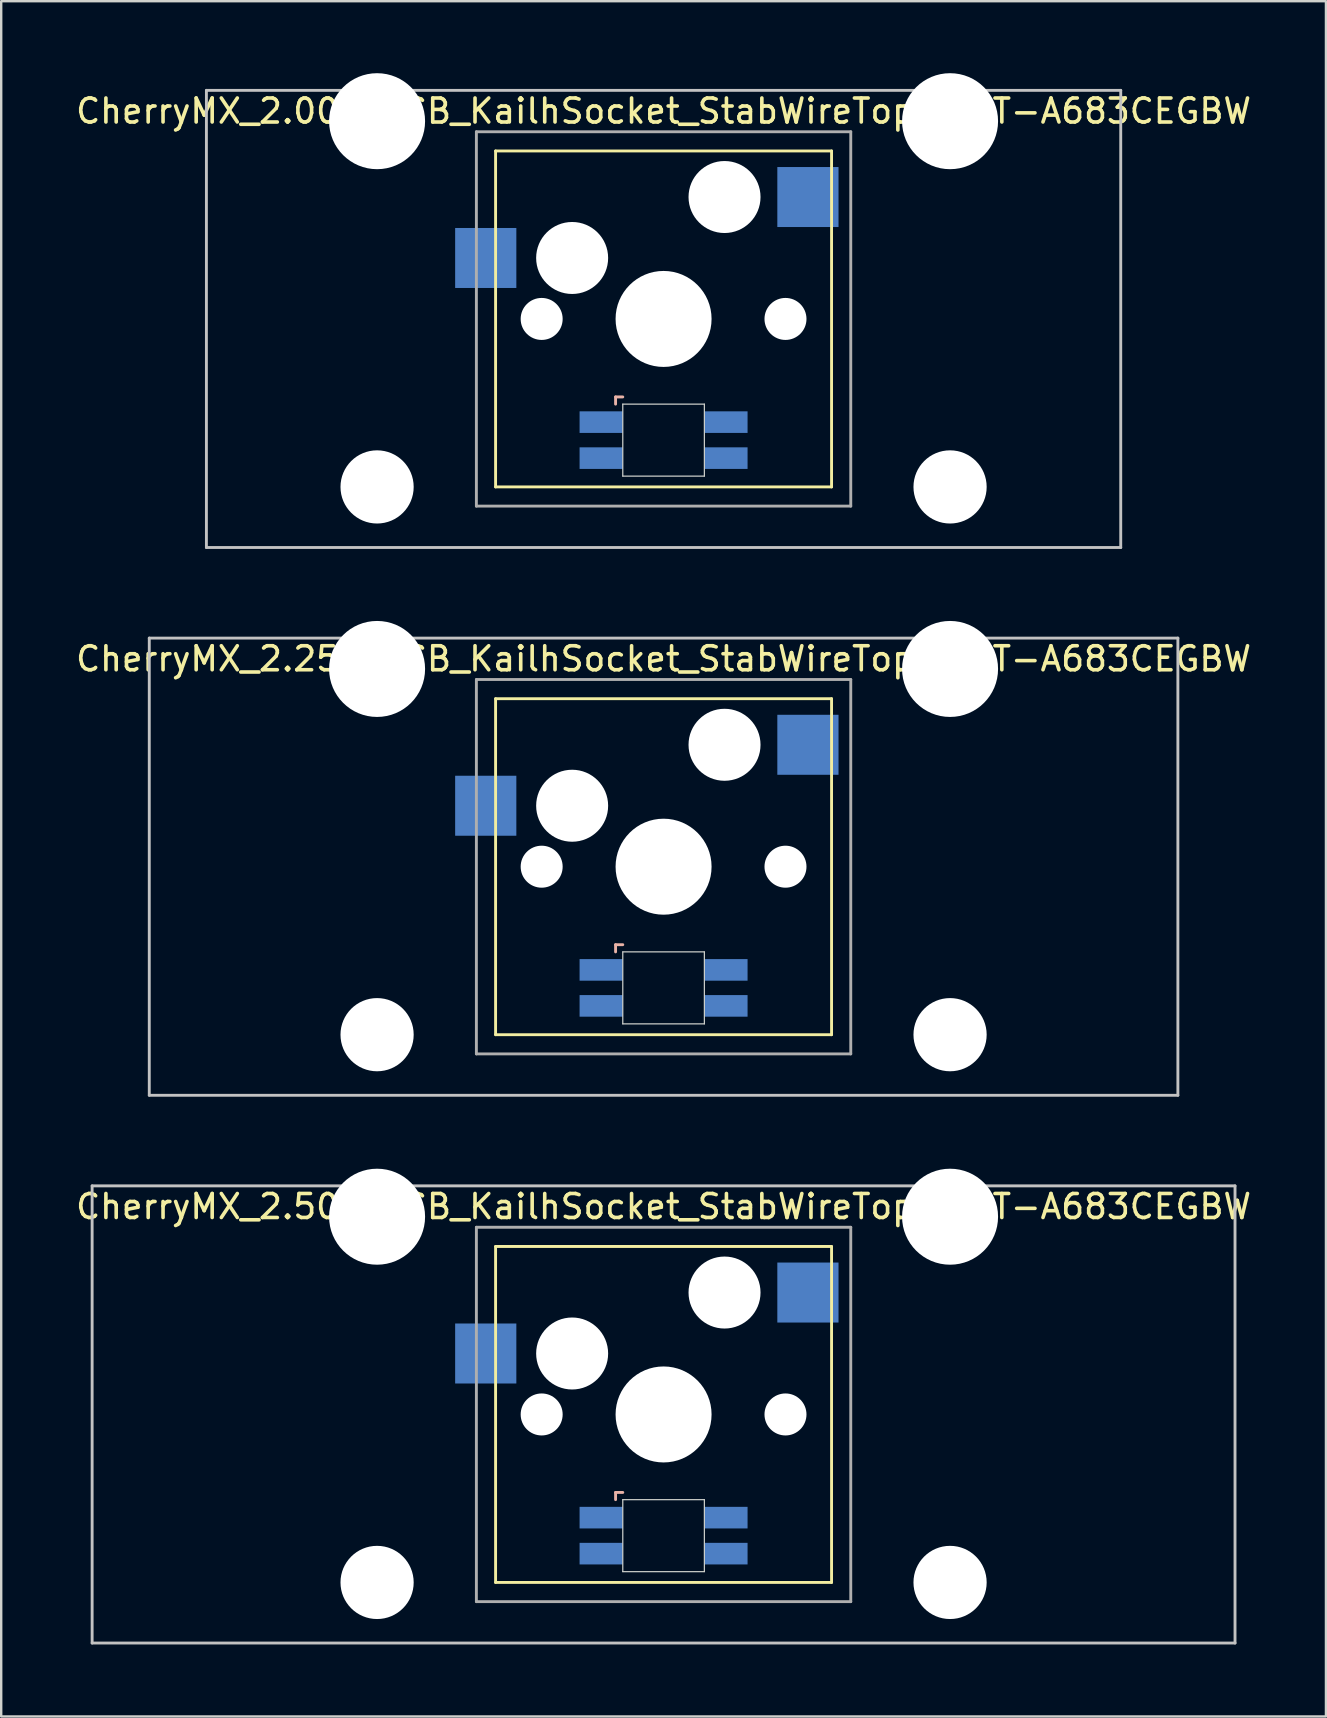
<source format=kicad_pcb>
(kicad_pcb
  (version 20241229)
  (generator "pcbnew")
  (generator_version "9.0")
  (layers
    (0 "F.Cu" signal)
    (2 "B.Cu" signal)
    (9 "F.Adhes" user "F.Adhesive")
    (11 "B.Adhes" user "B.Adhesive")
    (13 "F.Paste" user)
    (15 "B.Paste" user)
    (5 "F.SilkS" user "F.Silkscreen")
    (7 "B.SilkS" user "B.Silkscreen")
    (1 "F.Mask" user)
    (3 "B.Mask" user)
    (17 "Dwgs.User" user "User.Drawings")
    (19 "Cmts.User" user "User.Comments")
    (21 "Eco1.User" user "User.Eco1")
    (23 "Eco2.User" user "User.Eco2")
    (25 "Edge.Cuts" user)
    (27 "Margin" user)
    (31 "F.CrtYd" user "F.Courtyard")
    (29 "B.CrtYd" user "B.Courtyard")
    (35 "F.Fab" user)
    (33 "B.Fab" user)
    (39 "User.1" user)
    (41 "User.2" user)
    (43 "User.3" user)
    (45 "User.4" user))
  (footprint "CherryMX_2.25u_PCB_KailhSocket_StabWireTop_LTST-A683CEGBW"
    (layer "F.Cu")
    (at 24.601 33.065)
    (property "Reference" "CherryMX_2.25u_PCB_KailhSocket_StabWireTop_LTST-A683CEGBW" (at 0 -8.662 0) (layer "F.SilkS") (effects (font (size 1 1) (thickness 0.15))))
    (attr through_hole)
    (fp_line (start -7 -7) (end -7 7) (stroke (width 0.12) (type solid)) (layer "F.SilkS"))
    (fp_line (start -7 -7) (end 7 -7) (stroke (width 0.12) (type solid)) (layer "F.SilkS"))
    (fp_line (start 7 -7) (end 7 7) (stroke (width 0.12) (type solid)) (layer "F.SilkS"))
    (fp_line (start 7 7) (end -7 7) (stroke (width 0.12) (type solid)) (layer "F.SilkS"))
    (fp_line (start -2 3.25) (end -2 3.55) (stroke (width 0.12) (type solid)) (layer "B.SilkS"))
    (fp_line (start -1.7 3.25) (end -2 3.25) (stroke (width 0.12) (type solid)) (layer "B.SilkS"))
    (fp_line (start -21.431 -9.525) (end 21.431 -9.525) (stroke (width 0.12) (type solid)) (layer "Dwgs.User"))
    (fp_line (start -21.431 9.525) (end -21.431 -9.525) (stroke (width 0.12) (type solid)) (layer "Dwgs.User"))
    (fp_line (start 21.431 -9.525) (end 21.431 9.525) (stroke (width 0.12) (type solid)) (layer "Dwgs.User"))
    (fp_line (start 21.431 9.525) (end -21.431 9.525) (stroke (width 0.12) (type solid)) (layer "Dwgs.User"))
    (fp_line (start -1.7 3.55) (end 1.7 3.55) (stroke (width 0.05) (type solid)) (layer "Edge.Cuts"))
    (fp_line (start -1.7 6.55) (end -1.7 3.55) (stroke (width 0.05) (type solid)) (layer "Edge.Cuts"))
    (fp_line (start 1.7 3.55) (end 1.7 6.55) (stroke (width 0.05) (type solid)) (layer "Edge.Cuts"))
    (fp_line (start 1.7 6.55) (end -1.7 6.55) (stroke (width 0.05) (type solid)) (layer "Edge.Cuts"))
    (fp_line (start -7.8 -7.8) (end -7.8 7.8) (stroke (width 0.12) (type solid)) (layer "F.Fab"))
    (fp_line (start -7.8 -7.8) (end 7.8 -7.8) (stroke (width 0.12) (type solid)) (layer "F.Fab"))
    (fp_line (start -7.8 7.8) (end 7.8 7.8) (stroke (width 0.12) (type solid)) (layer "F.Fab"))
    (fp_line (start 7.8 -7.8) (end 7.8 7.8) (stroke (width 0.12) (type solid)) (layer "F.Fab"))
    (pad "" np_thru_hole circle (at -11.938 -8.24) (size 4 4) (drill 4) (layers "*.Cu" "*.Mask"))
    (pad "" np_thru_hole circle (at -11.938 7) (size 3.05 3.05) (drill 3.05) (layers "*.Cu" "*.Mask"))
    (pad "" np_thru_hole circle (at -5.08 0) (size 1.75 1.75) (drill 1.75) (layers "*.Cu" "*.Mask"))
    (pad "" np_thru_hole circle (at -3.81 -2.54) (size 3 3) (drill 3) (layers "*.Cu" "*.Mask"))
    (pad "" np_thru_hole circle (at 0 0) (size 4 4) (drill 4) (layers "*.Cu" "*.Mask"))
    (pad "" np_thru_hole circle (at 2.54 -5.08) (size 3 3) (drill 3) (layers "*.Cu" "*.Mask"))
    (pad "" np_thru_hole circle (at 5.08 0) (size 1.75 1.75) (drill 1.75) (layers "*.Cu" "*.Mask"))
    (pad "" np_thru_hole circle (at 11.938 -8.24) (size 4 4) (drill 4) (layers "*.Cu" "*.Mask"))
    (pad "" np_thru_hole circle (at 11.938 7) (size 3.05 3.05) (drill 3.05) (layers "*.Cu" "*.Mask"))
    (pad "1" smd rect (at -7.41 -2.54) (size 2.55 2.5) (layers "B.Cu" "B.Mask" "B.Paste"))
    (pad "2" smd rect (at 6.015 -5.08) (size 2.55 2.5) (layers "B.Cu" "B.Mask" "B.Paste"))
    (pad "3" smd rect (at -2.6 4.3) (size 1.8 0.9) (layers "B.Cu" "B.Mask" "B.Paste"))
    (pad "4" smd rect (at -2.6 5.8) (size 1.8 0.9) (layers "B.Cu" "B.Mask" "B.Paste"))
    (pad "5" smd rect (at 2.6 4.3) (size 1.8 0.9) (layers "B.Cu" "B.Mask" "B.Paste"))
    (pad "6" smd rect (at 2.6 5.8) (size 1.8 0.9) (layers "B.Cu" "B.Mask" "B.Paste")))
  (footprint "CherryMX_2.50u_PCB_KailhSocket_StabWireTop_LTST-A683CEGBW"
    (layer "F.Cu")
    (at 24.601 55.89)
    (property "Reference" "CherryMX_2.50u_PCB_KailhSocket_StabWireTop_LTST-A683CEGBW" (at 0 -8.662 0) (layer "F.SilkS") (effects (font (size 1 1) (thickness 0.15))))
    (attr through_hole)
    (fp_line (start -7 -7) (end -7 7) (stroke (width 0.12) (type solid)) (layer "F.SilkS"))
    (fp_line (start -7 -7) (end 7 -7) (stroke (width 0.12) (type solid)) (layer "F.SilkS"))
    (fp_line (start 7 -7) (end 7 7) (stroke (width 0.12) (type solid)) (layer "F.SilkS"))
    (fp_line (start 7 7) (end -7 7) (stroke (width 0.12) (type solid)) (layer "F.SilkS"))
    (fp_line (start -2 3.25) (end -2 3.55) (stroke (width 0.12) (type solid)) (layer "B.SilkS"))
    (fp_line (start -1.7 3.25) (end -2 3.25) (stroke (width 0.12) (type solid)) (layer "B.SilkS"))
    (fp_line (start -23.812 -9.525) (end 23.812 -9.525) (stroke (width 0.12) (type solid)) (layer "Dwgs.User"))
    (fp_line (start -23.812 9.525) (end -23.812 -9.525) (stroke (width 0.12) (type solid)) (layer "Dwgs.User"))
    (fp_line (start 23.812 -9.525) (end 23.812 9.525) (stroke (width 0.12) (type solid)) (layer "Dwgs.User"))
    (fp_line (start 23.812 9.525) (end -23.812 9.525) (stroke (width 0.12) (type solid)) (layer "Dwgs.User"))
    (fp_line (start -1.7 3.55) (end 1.7 3.55) (stroke (width 0.05) (type solid)) (layer "Edge.Cuts"))
    (fp_line (start -1.7 6.55) (end -1.7 3.55) (stroke (width 0.05) (type solid)) (layer "Edge.Cuts"))
    (fp_line (start 1.7 3.55) (end 1.7 6.55) (stroke (width 0.05) (type solid)) (layer "Edge.Cuts"))
    (fp_line (start 1.7 6.55) (end -1.7 6.55) (stroke (width 0.05) (type solid)) (layer "Edge.Cuts"))
    (fp_line (start -7.8 -7.8) (end -7.8 7.8) (stroke (width 0.12) (type solid)) (layer "F.Fab"))
    (fp_line (start -7.8 -7.8) (end 7.8 -7.8) (stroke (width 0.12) (type solid)) (layer "F.Fab"))
    (fp_line (start -7.8 7.8) (end 7.8 7.8) (stroke (width 0.12) (type solid)) (layer "F.Fab"))
    (fp_line (start 7.8 -7.8) (end 7.8 7.8) (stroke (width 0.12) (type solid)) (layer "F.Fab"))
    (pad "" np_thru_hole circle (at -11.938 -8.24) (size 4 4) (drill 4) (layers "*.Cu" "*.Mask"))
    (pad "" np_thru_hole circle (at -11.938 7) (size 3.05 3.05) (drill 3.05) (layers "*.Cu" "*.Mask"))
    (pad "" np_thru_hole circle (at -5.08 0) (size 1.75 1.75) (drill 1.75) (layers "*.Cu" "*.Mask"))
    (pad "" np_thru_hole circle (at -3.81 -2.54) (size 3 3) (drill 3) (layers "*.Cu" "*.Mask"))
    (pad "" np_thru_hole circle (at 0 0) (size 4 4) (drill 4) (layers "*.Cu" "*.Mask"))
    (pad "" np_thru_hole circle (at 2.54 -5.08) (size 3 3) (drill 3) (layers "*.Cu" "*.Mask"))
    (pad "" np_thru_hole circle (at 5.08 0) (size 1.75 1.75) (drill 1.75) (layers "*.Cu" "*.Mask"))
    (pad "" np_thru_hole circle (at 11.938 -8.24) (size 4 4) (drill 4) (layers "*.Cu" "*.Mask"))
    (pad "" np_thru_hole circle (at 11.938 7) (size 3.05 3.05) (drill 3.05) (layers "*.Cu" "*.Mask"))
    (pad "1" smd rect (at -7.41 -2.54) (size 2.55 2.5) (layers "B.Cu" "B.Mask" "B.Paste"))
    (pad "2" smd rect (at 6.015 -5.08) (size 2.55 2.5) (layers "B.Cu" "B.Mask" "B.Paste"))
    (pad "3" smd rect (at -2.6 4.3) (size 1.8 0.9) (layers "B.Cu" "B.Mask" "B.Paste"))
    (pad "4" smd rect (at -2.6 5.8) (size 1.8 0.9) (layers "B.Cu" "B.Mask" "B.Paste"))
    (pad "5" smd rect (at 2.6 4.3) (size 1.8 0.9) (layers "B.Cu" "B.Mask" "B.Paste"))
    (pad "6" smd rect (at 2.6 5.8) (size 1.8 0.9) (layers "B.Cu" "B.Mask" "B.Paste")))
  (footprint "CherryMX_2.00u_PCB_KailhSocket_StabWireTop_LTST-A683CEGBW"
    (layer "F.Cu")
    (at 24.601 10.24)
    (property "Reference" "CherryMX_2.00u_PCB_KailhSocket_StabWireTop_LTST-A683CEGBW" (at 0 -8.662 0) (layer "F.SilkS") (effects (font (size 1 1) (thickness 0.15))))
    (attr through_hole)
    (fp_line (start -7 -7) (end -7 7) (stroke (width 0.12) (type solid)) (layer "F.SilkS"))
    (fp_line (start -7 -7) (end 7 -7) (stroke (width 0.12) (type solid)) (layer "F.SilkS"))
    (fp_line (start 7 -7) (end 7 7) (stroke (width 0.12) (type solid)) (layer "F.SilkS"))
    (fp_line (start 7 7) (end -7 7) (stroke (width 0.12) (type solid)) (layer "F.SilkS"))
    (fp_line (start -2 3.25) (end -2 3.55) (stroke (width 0.12) (type solid)) (layer "B.SilkS"))
    (fp_line (start -1.7 3.25) (end -2 3.25) (stroke (width 0.12) (type solid)) (layer "B.SilkS"))
    (fp_line (start -19.05 -9.525) (end 19.05 -9.525) (stroke (width 0.12) (type solid)) (layer "Dwgs.User"))
    (fp_line (start -19.05 9.525) (end -19.05 -9.525) (stroke (width 0.12) (type solid)) (layer "Dwgs.User"))
    (fp_line (start 19.05 -9.525) (end 19.05 9.525) (stroke (width 0.12) (type solid)) (layer "Dwgs.User"))
    (fp_line (start 19.05 9.525) (end -19.05 9.525) (stroke (width 0.12) (type solid)) (layer "Dwgs.User"))
    (fp_line (start -1.7 3.55) (end 1.7 3.55) (stroke (width 0.05) (type solid)) (layer "Edge.Cuts"))
    (fp_line (start -1.7 6.55) (end -1.7 3.55) (stroke (width 0.05) (type solid)) (layer "Edge.Cuts"))
    (fp_line (start 1.7 3.55) (end 1.7 6.55) (stroke (width 0.05) (type solid)) (layer "Edge.Cuts"))
    (fp_line (start 1.7 6.55) (end -1.7 6.55) (stroke (width 0.05) (type solid)) (layer "Edge.Cuts"))
    (fp_line (start -7.8 -7.8) (end -7.8 7.8) (stroke (width 0.12) (type solid)) (layer "F.Fab"))
    (fp_line (start -7.8 -7.8) (end 7.8 -7.8) (stroke (width 0.12) (type solid)) (layer "F.Fab"))
    (fp_line (start -7.8 7.8) (end 7.8 7.8) (stroke (width 0.12) (type solid)) (layer "F.Fab"))
    (fp_line (start 7.8 -7.8) (end 7.8 7.8) (stroke (width 0.12) (type solid)) (layer "F.Fab"))
    (pad "" np_thru_hole circle (at -11.938 -8.24) (size 4 4) (drill 4) (layers "*.Cu" "*.Mask"))
    (pad "" np_thru_hole circle (at -11.938 7) (size 3.05 3.05) (drill 3.05) (layers "*.Cu" "*.Mask"))
    (pad "" np_thru_hole circle (at -5.08 0) (size 1.75 1.75) (drill 1.75) (layers "*.Cu" "*.Mask"))
    (pad "" np_thru_hole circle (at -3.81 -2.54) (size 3 3) (drill 3) (layers "*.Cu" "*.Mask"))
    (pad "" np_thru_hole circle (at 0 0) (size 4 4) (drill 4) (layers "*.Cu" "*.Mask"))
    (pad "" np_thru_hole circle (at 2.54 -5.08) (size 3 3) (drill 3) (layers "*.Cu" "*.Mask"))
    (pad "" np_thru_hole circle (at 5.08 0) (size 1.75 1.75) (drill 1.75) (layers "*.Cu" "*.Mask"))
    (pad "" np_thru_hole circle (at 11.938 -8.24) (size 4 4) (drill 4) (layers "*.Cu" "*.Mask"))
    (pad "" np_thru_hole circle (at 11.938 7) (size 3.05 3.05) (drill 3.05) (layers "*.Cu" "*.Mask"))
    (pad "1" smd rect (at -7.41 -2.54) (size 2.55 2.5) (layers "B.Cu" "B.Mask" "B.Paste"))
    (pad "2" smd rect (at 6.015 -5.08) (size 2.55 2.5) (layers "B.Cu" "B.Mask" "B.Paste"))
    (pad "3" smd rect (at -2.6 4.3) (size 1.8 0.9) (layers "B.Cu" "B.Mask" "B.Paste"))
    (pad "4" smd rect (at -2.6 5.8) (size 1.8 0.9) (layers "B.Cu" "B.Mask" "B.Paste"))
    (pad "5" smd rect (at 2.6 4.3) (size 1.8 0.9) (layers "B.Cu" "B.Mask" "B.Paste"))
    (pad "6" smd rect (at 2.6 5.8) (size 1.8 0.9) (layers "B.Cu" "B.Mask" "B.Paste")))
  (gr_rect
    (start -3 -3)
    (end 52.202 68.475)
    (stroke (width 0.1) (type default))
    (fill no)
    (layer "Edge.Cuts")))
</source>
